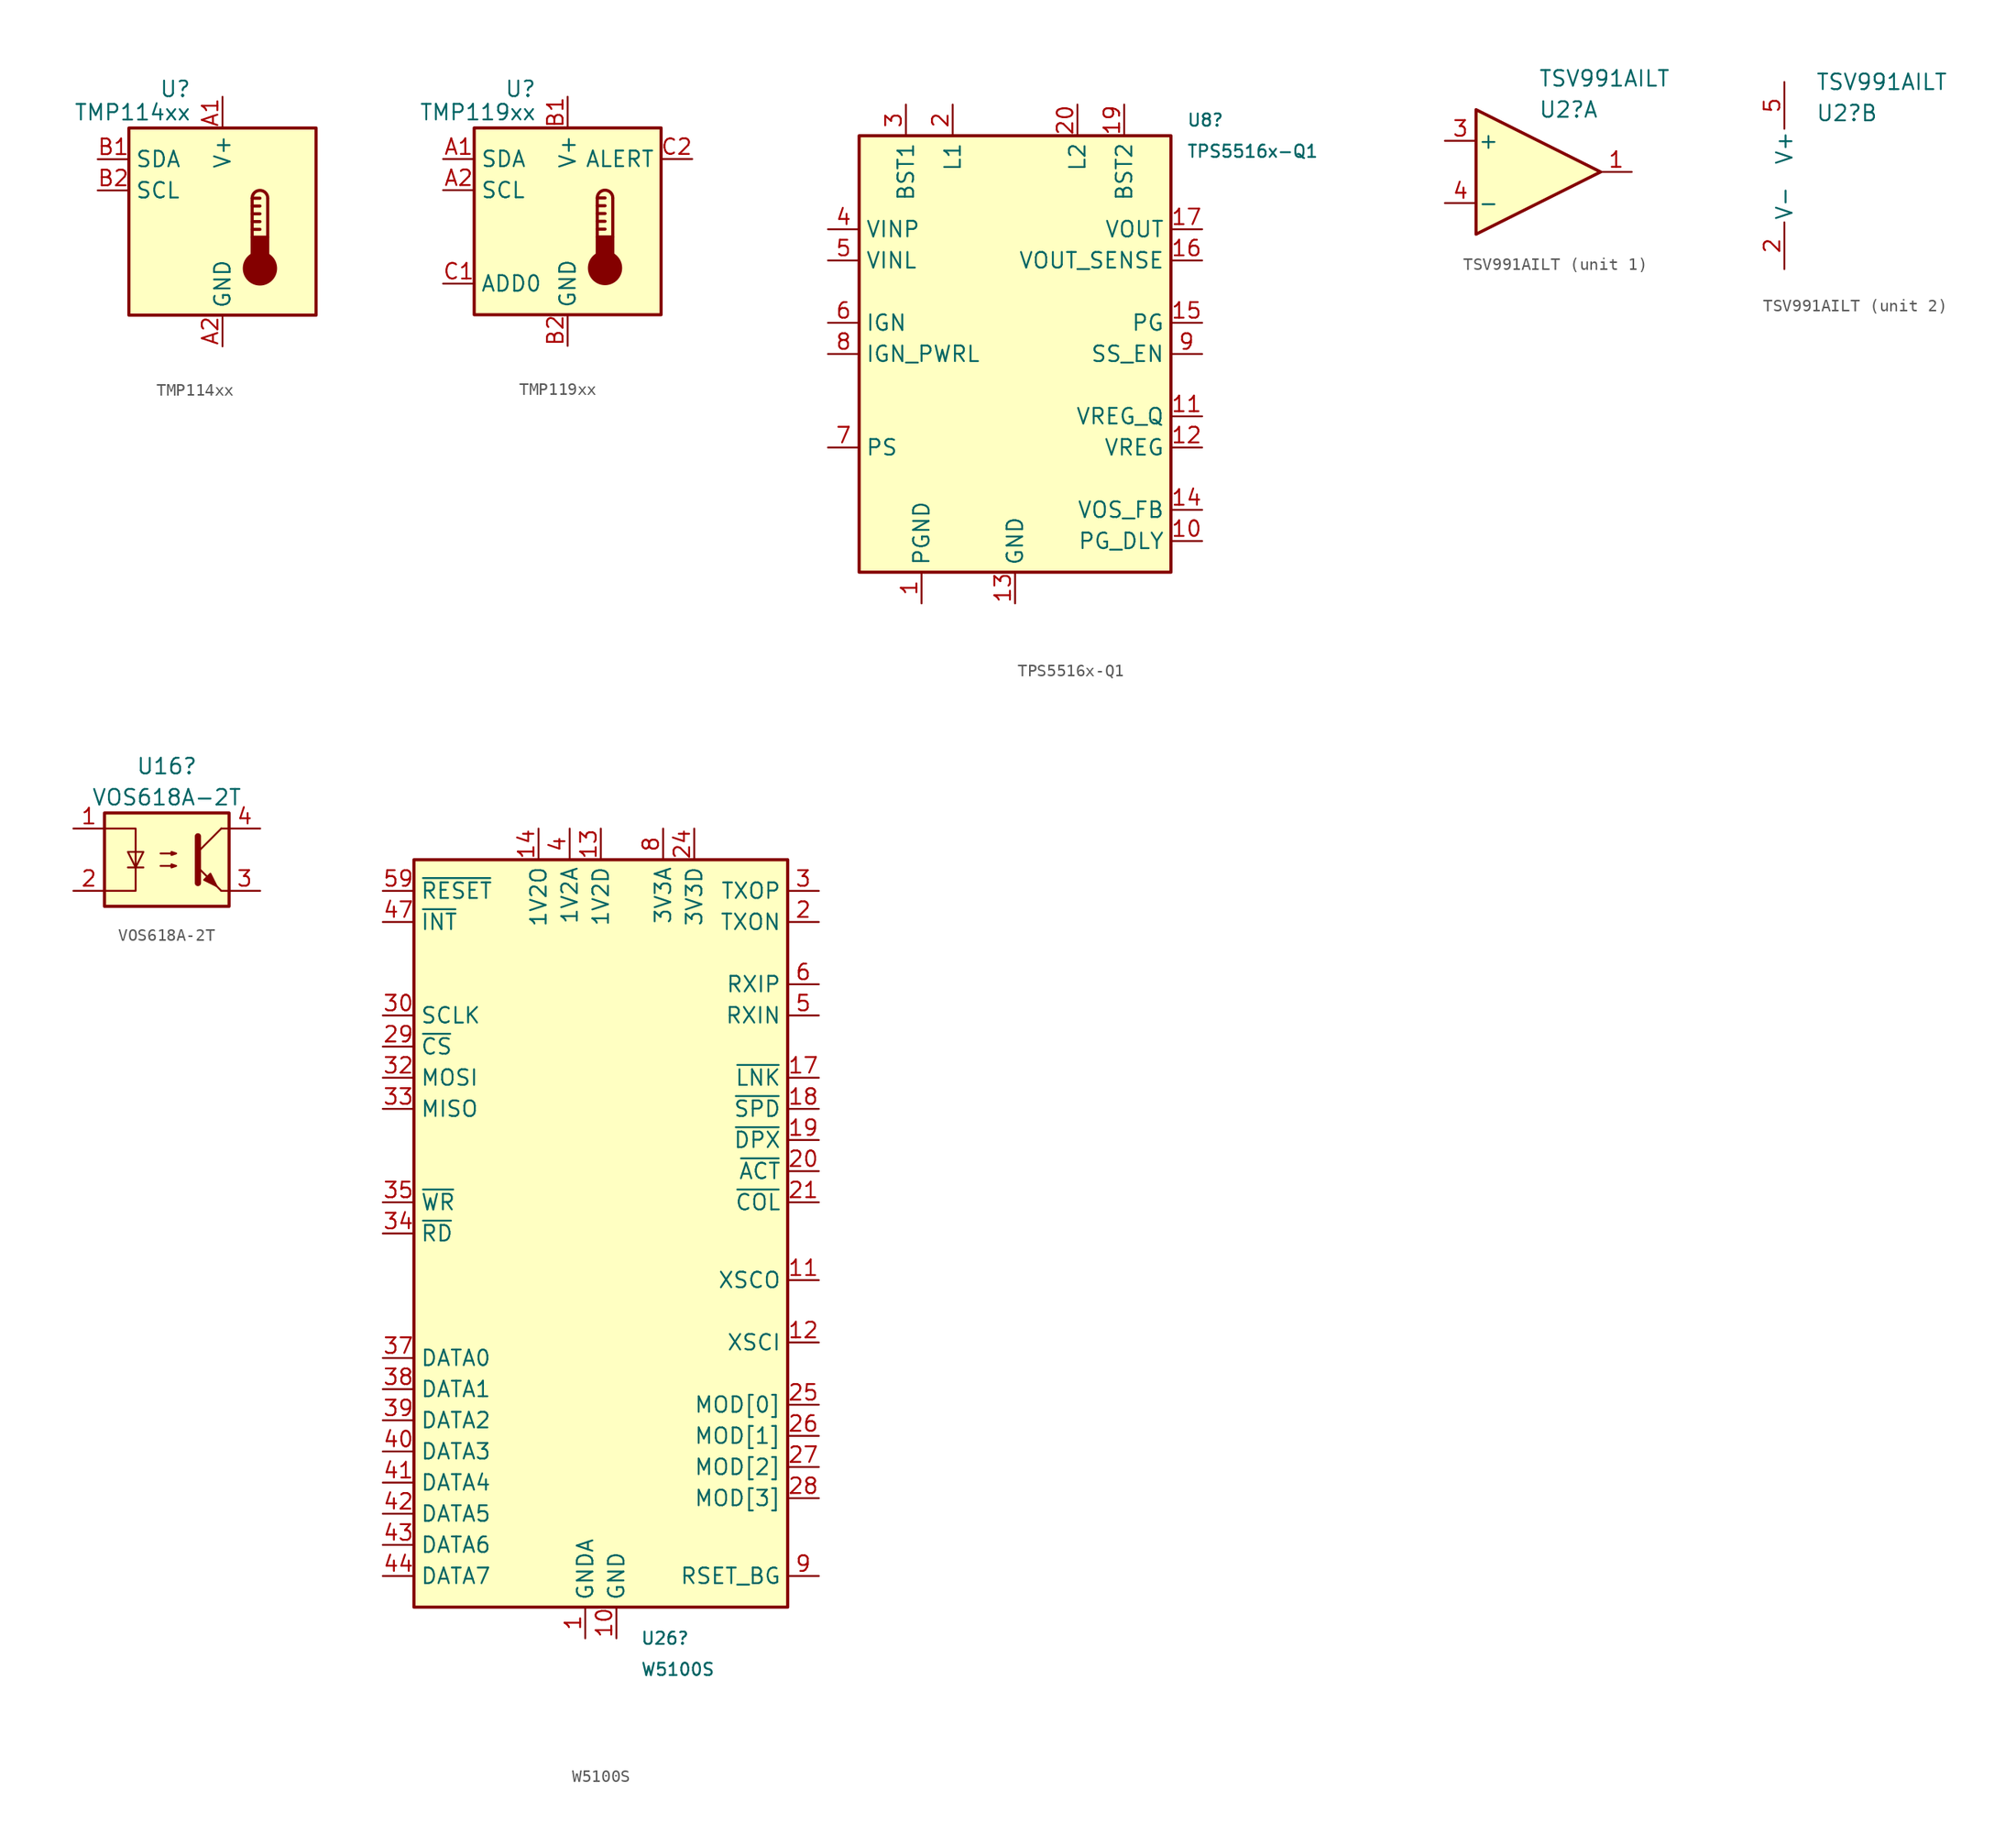
<source format=kicad_sym>
(kicad_symbol_lib
  (version 20231120)
  (generator "kicad_symbol_editor")
  (generator_version "8.0")
  (symbol "TMP114xx"
    (property "Reference" "U"
      (at -2.54 10.795 0)
      (effects (font (size 1.27 1.27)) (justify right)))
    (property "Value" "TMP114xx"
      (at -2.54 8.89 0)
      (effects (font (size 1.27 1.27)) (justify right)))
    (symbol "TMP114xx_0_1"
      (rectangle (start -7.62 7.62) (end 7.62 -7.62) (stroke (width 0.254) (type default)) (fill (type background))))
    (symbol "TMP114xx_1_1"
      (polyline (pts (xy 2.413 -0.635) (xy 3.048 -0.635)) (stroke (width 0.254) (type default)) (fill (type none)))
      (polyline (pts (xy 2.413 0) (xy 3.048 0)) (stroke (width 0.254) (type default)) (fill (type none)))
      (polyline (pts (xy 2.413 0.635) (xy 3.048 0.635)) (stroke (width 0.254) (type default)) (fill (type none)))
      (polyline (pts (xy 2.413 1.27) (xy 3.048 1.27)) (stroke (width 0.254) (type default)) (fill (type none)))
      (polyline (pts (xy 2.413 1.905) (xy 2.413 -1.27)) (stroke (width 0.254) (type default)) (fill (type none)))
      (polyline (pts (xy 2.413 1.905) (xy 3.048 1.905)) (stroke (width 0.254) (type default)) (fill (type none)))
      (polyline (pts (xy 3.683 1.905) (xy 3.683 -1.27)) (stroke (width 0.254) (type default)) (fill (type none)))
      (circle (center 3.048 -3.81) (radius 1.27) (stroke (width 0.254) (type default)) (fill (type outline)))
      (rectangle (start 3.683 -3.175) (end 2.413 -1.27) (stroke (width 0.254) (type default)) (fill (type outline)))
      (arc (start 3.683 1.905) (mid 3.048 2.5373) (end 2.413 1.905) (stroke (width 0.254) (type default)) (fill (type none)))
      (pin power_in line (at 0 10.16 270) (length 2.54) (name "V+" (effects (font (size 1.27 1.27)))) (number "A1" (effects (font (size 1.27 1.27)))))
      (pin power_in line (at 0 -10.16 90) (length 2.54) (name "GND" (effects (font (size 1.27 1.27)))) (number "A2" (effects (font (size 1.27 1.27)))))
      (pin bidirectional line (at -10.16 5.08 0) (length 2.54) (name "SDA" (effects (font (size 1.27 1.27)))) (number "B1" (effects (font (size 1.27 1.27)))))
      (pin input line (at -10.16 2.54 0) (length 2.54) (name "SCL" (effects (font (size 1.27 1.27)))) (number "B2" (effects (font (size 1.27 1.27)))))))
  (symbol "TMP119xx"
    (property "Reference" "U"
      (at -2.54 10.795 0)
      (effects (font (size 1.27 1.27)) (justify right)))
    (property "Value" "TMP119xx"
      (at -2.54 8.89 0)
      (effects (font (size 1.27 1.27)) (justify right)))
    (symbol "TMP119xx_0_1"
      (rectangle (start -7.62 7.62) (end 7.62 -7.62) (stroke (width 0.254) (type default)) (fill (type background))))
    (symbol "TMP119xx_1_1"
      (polyline (pts (xy 2.413 -0.635) (xy 3.048 -0.635)) (stroke (width 0.254) (type default)) (fill (type none)))
      (polyline (pts (xy 2.413 0) (xy 3.048 0)) (stroke (width 0.254) (type default)) (fill (type none)))
      (polyline (pts (xy 2.413 0.635) (xy 3.048 0.635)) (stroke (width 0.254) (type default)) (fill (type none)))
      (polyline (pts (xy 2.413 1.27) (xy 3.048 1.27)) (stroke (width 0.254) (type default)) (fill (type none)))
      (polyline (pts (xy 2.413 1.905) (xy 2.413 -1.27)) (stroke (width 0.254) (type default)) (fill (type none)))
      (polyline (pts (xy 2.413 1.905) (xy 3.048 1.905)) (stroke (width 0.254) (type default)) (fill (type none)))
      (polyline (pts (xy 3.683 1.905) (xy 3.683 -1.27)) (stroke (width 0.254) (type default)) (fill (type none)))
      (circle (center 3.048 -3.81) (radius 1.27) (stroke (width 0.254) (type default)) (fill (type outline)))
      (rectangle (start 3.683 -3.175) (end 2.413 -1.27) (stroke (width 0.254) (type default)) (fill (type outline)))
      (arc (start 3.683 1.905) (mid 3.048 2.5373) (end 2.413 1.905) (stroke (width 0.254) (type default)) (fill (type none)))
      (pin bidirectional line (at -10.16 5.08 0) (length 2.54) (name "SDA" (effects (font (size 1.27 1.27)))) (number "A1" (effects (font (size 1.27 1.27)))))
      (pin input line (at -10.16 2.54 0) (length 2.54) (name "SCL" (effects (font (size 1.27 1.27)))) (number "A2" (effects (font (size 1.27 1.27)))))
      (pin power_in line (at 0 10.16 270) (length 2.54) (name "V+" (effects (font (size 1.27 1.27)))) (number "B1" (effects (font (size 1.27 1.27)))))
      (pin power_in line (at 0 -10.16 90) (length 2.54) (name "GND" (effects (font (size 1.27 1.27)))) (number "B2" (effects (font (size 1.27 1.27)))))
      (pin input line (at -10.16 -5.08 0) (length 2.54) (name "ADD0" (effects (font (size 1.27 1.27)))) (number "C1" (effects (font (size 1.27 1.27)))))
      (pin input line (at 10.16 5.08 180) (length 2.54) (name "ALERT" (effects (font (size 1.27 1.27)))) (number "C2" (effects (font (size 1.27 1.27)))))))
  (symbol "TPS5516x-Q1"
    (property "Reference" "U8"
      (at 13.97 19.05 0)
      (effects (font (size 1 1)) (justify left)))
    (property "Value" "TPS5516x-Q1"
      (at 13.97 16.51 0)
      (effects (font (size 1 1)) (justify left)))
    (symbol "TPS5516x-Q1_0_1"
      (rectangle (start -12.7 17.78) (end 12.7 -17.78) (stroke (width 0.254) (type default)) (fill (type background))))
    (symbol "TPS5516x-Q1_1_1"
      (pin power_in line (at -7.62 -20.32 90) (length 2.54) (name "PGND" (effects (font (size 1.27 1.27)))) (number "1" (effects (font (size 1.27 1.27)))))
      (pin passive line (at 15.24 -15.24 180) (length 2.54) (name "PG_DLY" (effects (font (size 1.27 1.27)))) (number "10" (effects (font (size 1.27 1.27)))))
      (pin passive line (at 15.24 -5.08 180) (length 2.54) (name "VREG_Q" (effects (font (size 1.27 1.27)))) (number "11" (effects (font (size 1.27 1.27)))))
      (pin passive line (at 15.24 -7.62 180) (length 2.54) (name "VREG" (effects (font (size 1.27 1.27)))) (number "12" (effects (font (size 1.27 1.27)))))
      (pin power_in line (at 0 -20.32 90) (length 2.54) (name "GND" (effects (font (size 1.27 1.27)))) (number "13" (effects (font (size 1.27 1.27)))))
      (pin passive line (at 15.24 -12.7 180) (length 2.54) (name "VOS_FB" (effects (font (size 1.27 1.27)))) (number "14" (effects (font (size 1.27 1.27)))))
      (pin passive line (at 15.24 2.54 180) (length 2.54) (name "PG" (effects (font (size 1.27 1.27)))) (number "15" (effects (font (size 1.27 1.27)))))
      (pin power_out line (at 15.24 7.62 180) (length 2.54) (name "VOUT_SENSE" (effects (font (size 1.27 1.27)))) (number "16" (effects (font (size 1.27 1.27)))))
      (pin power_out line (at 15.24 10.16 180) (length 2.54) (name "VOUT" (effects (font (size 1.27 1.27)))) (number "17" (effects (font (size 1.27 1.27)))))
      (pin passive line (at 0 -20.32 90) (length 2.54) hide (name "GND" (effects (font (size 1.27 1.27)))) (number "18" (effects (font (size 1.27 1.27)))))
      (pin passive line (at 8.89 20.32 270) (length 2.54) (name "BST2" (effects (font (size 1.27 1.27)))) (number "19" (effects (font (size 1.27 1.27)))))
      (pin passive line (at -5.08 20.32 270) (length 2.54) (name "L1" (effects (font (size 1.27 1.27)))) (number "2" (effects (font (size 1.27 1.27)))))
      (pin passive line (at 5.08 20.32 270) (length 2.54) (name "L2" (effects (font (size 1.27 1.27)))) (number "20" (effects (font (size 1.27 1.27)))))
      (pin passive line (at -7.62 -20.32 90) (length 2.54) hide (name "PGND" (effects (font (size 1.27 1.27)))) (number "21" (effects (font (size 1.27 1.27)))))
      (pin passive line (at -8.89 20.32 270) (length 2.54) (name "BST1" (effects (font (size 1.27 1.27)))) (number "3" (effects (font (size 1.27 1.27)))))
      (pin power_in line (at -15.24 10.16 0) (length 2.54) (name "VINP" (effects (font (size 1.27 1.27)))) (number "4" (effects (font (size 1.27 1.27)))))
      (pin power_in line (at -15.24 7.62 0) (length 2.54) (name "VINL" (effects (font (size 1.27 1.27)))) (number "5" (effects (font (size 1.27 1.27)))))
      (pin input line (at -15.24 2.54 0) (length 2.54) (name "IGN" (effects (font (size 1.27 1.27)))) (number "6" (effects (font (size 1.27 1.27)))))
      (pin input line (at -15.24 -7.62 0) (length 2.54) (name "PS" (effects (font (size 1.27 1.27)))) (number "7" (effects (font (size 1.27 1.27)))))
      (pin input line (at -15.24 0 0) (length 2.54) (name "IGN_PWRL" (effects (font (size 1.27 1.27)))) (number "8" (effects (font (size 1.27 1.27)))))
      (pin passive line (at 15.24 0 180) (length 2.54) (name "SS_EN" (effects (font (size 1.27 1.27)))) (number "9" (effects (font (size 1.27 1.27)))))))
  (symbol "TSV991AILT"
    (pin_names
      (offset 0.127))
    (property "Reference" "U2"
      (at 0 5.08 0)
      (effects (font (size 1.27 1.27)) (justify left)))
    (property "Value" "TSV991AILT"
      (at 0 7.62 0)
      (effects (font (size 1.27 1.27)) (justify left)))
    (symbol "TSV991AILT_1_1"
      (polyline (pts (xy -5.08 5.08) (xy 5.08 0) (xy -5.08 -5.08) (xy -5.08 5.08)) (stroke (width 0.254) (type default)) (fill (type background)))
      (pin output line (at 7.62 0 180) (length 2.54) (name "~" (effects (font (size 1.27 1.27)))) (number "1" (effects (font (size 1.27 1.27)))))
      (pin input line (at -7.62 2.54 0) (length 2.54) (name "+" (effects (font (size 1.27 1.27)))) (number "3" (effects (font (size 1.27 1.27)))))
      (pin input line (at -7.62 -2.54 0) (length 2.54) (name "-" (effects (font (size 1.27 1.27)))) (number "4" (effects (font (size 1.27 1.27))))))
    (symbol "TSV991AILT_2_1"
      (pin power_in line (at -2.54 -7.62 90) (length 3.81) (name "V-" (effects (font (size 1.27 1.27)))) (number "2" (effects (font (size 1.27 1.27)))))
      (pin power_in line (at -2.54 7.62 270) (length 3.81) (name "V+" (effects (font (size 1.27 1.27)))) (number "5" (effects (font (size 1.27 1.27)))))))
  (symbol "VOS618A-2T"
    (pin_names
      (offset 0.762))
    (property "Reference" "U16"
      (at 0 7.62 0)
      (effects (font (size 1.27 1.27))))
    (property "Value" "VOS618A-2T"
      (at 0 5.08 0)
      (effects (font (size 1.27 1.27))))
    (symbol "VOS618A-2T_0_1"
      (rectangle (start -5.08 3.81) (end 5.08 -3.81) (stroke (width 0.254) (type default)) (fill (type background)))
      (polyline (pts (xy -3.175 -0.635) (xy -1.905 -0.635)) (stroke (width 0) (type default)) (fill (type none)))
      (polyline (pts (xy 2.54 0.635) (xy 4.445 2.54)) (stroke (width 0) (type default)) (fill (type none)))
      (polyline (pts (xy 4.445 -2.54) (xy 2.54 -0.635)) (stroke (width 0) (type default)) (fill (type outline)))
      (polyline (pts (xy 4.445 -2.54) (xy 5.08 -2.54)) (stroke (width 0) (type default)) (fill (type none)))
      (polyline (pts (xy 4.445 2.54) (xy 5.08 2.54)) (stroke (width 0) (type default)) (fill (type none)))
      (polyline (pts (xy 2.54 1.905) (xy 2.54 -1.905) (xy 2.54 -1.905)) (stroke (width 0.508) (type default)) (fill (type none)))
      (polyline (pts (xy -5.08 2.54) (xy -2.54 2.54) (xy -2.54 -2.54) (xy -5.08 -2.54)) (stroke (width 0) (type default)) (fill (type none)))
      (polyline (pts (xy -2.54 -0.635) (xy -3.175 0.635) (xy -1.905 0.635) (xy -2.54 -0.635)) (stroke (width 0) (type default)) (fill (type none)))
      (polyline (pts (xy -0.508 -0.508) (xy 0.762 -0.508) (xy 0.381 -0.635) (xy 0.381 -0.381) (xy 0.762 -0.508)) (stroke (width 0) (type default)) (fill (type none)))
      (polyline (pts (xy -0.508 0.508) (xy 0.762 0.508) (xy 0.381 0.381) (xy 0.381 0.635) (xy 0.762 0.508)) (stroke (width 0) (type default)) (fill (type none)))
      (polyline (pts (xy 3.048 -1.651) (xy 3.556 -1.143) (xy 4.064 -2.159) (xy 3.048 -1.651) (xy 3.048 -1.651)) (stroke (width 0) (type default)) (fill (type outline))))
    (symbol "VOS618A-2T_1_1"
      (pin passive line (at -7.62 2.54 0) (length 2.54) (name "~" (effects (font (size 1.27 1.27)))) (number "1" (effects (font (size 1.27 1.27)))))
      (pin passive line (at -7.62 -2.54 0) (length 2.54) (name "~" (effects (font (size 1.27 1.27)))) (number "2" (effects (font (size 1.27 1.27)))))
      (pin passive line (at 7.62 -2.54 180) (length 2.54) (name "~" (effects (font (size 1.27 1.27)))) (number "3" (effects (font (size 1.27 1.27)))))
      (pin passive line (at 7.62 2.54 180) (length 2.54) (name "~" (effects (font (size 1.27 1.27)))) (number "4" (effects (font (size 1.27 1.27)))))))
  (symbol "W5100S"
    (property "Reference" "U26"
      (at 3.226 -15.24 0)
      (effects (font (size 1 1)) (justify left)))
    (property "Value" "W5100S"
      (at 3.226 -17.78 0)
      (effects (font (size 1 1)) (justify left)))
    (symbol "W5100S_0_1"
      (rectangle (start -15.24 48.26) (end 15.24 -12.7) (stroke (width 0.254) (type default)) (fill (type background))))
    (symbol "W5100S_1_1"
      (pin power_in line (at -1.27 -15.24 90) (length 2.54) (name "GNDA" (effects (font (size 1.27 1.27)))) (number "1" (effects (font (size 1.27 1.27)))))
      (pin power_in line (at 1.27 -15.24 90) (length 2.54) (name "GND" (effects (font (size 1.27 1.27)))) (number "10" (effects (font (size 1.27 1.27)))))
      (pin output line (at 17.78 13.97 180) (length 2.54) (name "XSCO" (effects (font (size 1.27 1.27)))) (number "11" (effects (font (size 1.27 1.27)))))
      (pin input line (at 17.78 8.89 180) (length 2.54) (name "XSCI" (effects (font (size 1.27 1.27)))) (number "12" (effects (font (size 1.27 1.27)))))
      (pin power_in line (at 0 50.8 270) (length 2.54) (name "1V2D" (effects (font (size 1.27 1.27)))) (number "13" (effects (font (size 1.27 1.27)))))
      (pin power_out line (at -5.08 50.8 270) (length 2.54) (name "1V2O" (effects (font (size 1.27 1.27)))) (number "14" (effects (font (size 1.27 1.27)))))
      (pin passive line (at 5.08 50.8 270) (length 2.54) hide (name "3V3A" (effects (font (size 1.27 1.27)))) (number "15" (effects (font (size 1.27 1.27)))))
      (pin passive line (at -1.27 -15.24 90) (length 2.54) hide (name "GNDA" (effects (font (size 1.27 1.27)))) (number "16" (effects (font (size 1.27 1.27)))))
      (pin output line (at 17.78 30.48 180) (length 2.54) (name "~{LNK}" (effects (font (size 1.27 1.27)))) (number "17" (effects (font (size 1.27 1.27)))))
      (pin output line (at 17.78 27.94 180) (length 2.54) (name "~{SPD}" (effects (font (size 1.27 1.27)))) (number "18" (effects (font (size 1.27 1.27)))))
      (pin output line (at 17.78 25.4 180) (length 2.54) (name "~{DPX}" (effects (font (size 1.27 1.27)))) (number "19" (effects (font (size 1.27 1.27)))))
      (pin output line (at 17.78 43.18 180) (length 2.54) (name "TXON" (effects (font (size 1.27 1.27)))) (number "2" (effects (font (size 1.27 1.27)))))
      (pin output line (at 17.78 22.86 180) (length 2.54) (name "~{ACT}" (effects (font (size 1.27 1.27)))) (number "20" (effects (font (size 1.27 1.27)))))
      (pin output line (at 17.78 20.32 180) (length 2.54) (name "~{COL}" (effects (font (size 1.27 1.27)))) (number "21" (effects (font (size 1.27 1.27)))))
      (pin passive line (at 0 50.8 270) (length 2.54) hide (name "1V2D" (effects (font (size 1.27 1.27)))) (number "22" (effects (font (size 1.27 1.27)))))
      (pin passive line (at 1.27 -15.24 90) (length 2.54) hide (name "GND" (effects (font (size 1.27 1.27)))) (number "23" (effects (font (size 1.27 1.27)))))
      (pin power_in line (at 7.62 50.8 270) (length 2.54) (name "3V3D" (effects (font (size 1.27 1.27)))) (number "24" (effects (font (size 1.27 1.27)))))
      (pin input line (at 17.78 3.81 180) (length 2.54) (name "MOD[0]" (effects (font (size 1.27 1.27)))) (number "25" (effects (font (size 1.27 1.27)))))
      (pin input line (at 17.78 1.27 180) (length 2.54) (name "MOD[1]" (effects (font (size 1.27 1.27)))) (number "26" (effects (font (size 1.27 1.27)))))
      (pin input line (at 17.78 -1.27 180) (length 2.54) (name "MOD[2]" (effects (font (size 1.27 1.27)))) (number "27" (effects (font (size 1.27 1.27)))))
      (pin input line (at 17.78 -3.81 180) (length 2.54) (name "MOD[3]" (effects (font (size 1.27 1.27)))) (number "28" (effects (font (size 1.27 1.27)))))
      (pin input line (at -17.78 33.02 0) (length 2.54) (name "~{CS}" (effects (font (size 1.27 1.27)))) (number "29" (effects (font (size 1.27 1.27)))))
      (pin output line (at 17.78 45.72 180) (length 2.54) (name "TXOP" (effects (font (size 1.27 1.27)))) (number "3" (effects (font (size 1.27 1.27)))))
      (pin input line (at -17.78 35.56 0) (length 2.54) (name "SCLK" (effects (font (size 1.27 1.27)))) (number "30" (effects (font (size 1.27 1.27)))))
      (pin passive line (at 0 50.8 270) (length 2.54) hide (name "1V2D" (effects (font (size 1.27 1.27)))) (number "31" (effects (font (size 1.27 1.27)))))
      (pin input line (at -17.78 30.48 0) (length 2.54) (name "MOSI" (effects (font (size 1.27 1.27)))) (number "32" (effects (font (size 1.27 1.27)))))
      (pin output line (at -17.78 27.94 0) (length 2.54) (name "MISO" (effects (font (size 1.27 1.27)))) (number "33" (effects (font (size 1.27 1.27)))))
      (pin input line (at -17.78 17.78 0) (length 2.54) (name "~{RD}" (effects (font (size 1.27 1.27)))) (number "34" (effects (font (size 1.27 1.27)))))
      (pin input line (at -17.78 20.32 0) (length 2.54) (name "~{WR}" (effects (font (size 1.27 1.27)))) (number "35" (effects (font (size 1.27 1.27)))))
      (pin passive line (at 7.62 50.8 270) (length 2.54) hide (name "3V3D" (effects (font (size 1.27 1.27)))) (number "36" (effects (font (size 1.27 1.27)))))
      (pin bidirectional line (at -17.78 7.62 0) (length 2.54) (name "DATA0" (effects (font (size 1.27 1.27)))) (number "37" (effects (font (size 1.27 1.27)))))
      (pin bidirectional line (at -17.78 5.08 0) (length 2.54) (name "DATA1" (effects (font (size 1.27 1.27)))) (number "38" (effects (font (size 1.27 1.27)))))
      (pin bidirectional line (at -17.78 2.54 0) (length 2.54) (name "DATA2" (effects (font (size 1.27 1.27)))) (number "39" (effects (font (size 1.27 1.27)))))
      (pin power_in line (at -2.54 50.8 270) (length 2.54) (name "1V2A" (effects (font (size 1.27 1.27)))) (number "4" (effects (font (size 1.27 1.27)))))
      (pin bidirectional line (at -17.78 0 0) (length 2.54) (name "DATA3" (effects (font (size 1.27 1.27)))) (number "40" (effects (font (size 1.27 1.27)))))
      (pin bidirectional line (at -17.78 -2.54 0) (length 2.54) (name "DATA4" (effects (font (size 1.27 1.27)))) (number "41" (effects (font (size 1.27 1.27)))))
      (pin bidirectional line (at -17.78 -5.08 0) (length 2.54) (name "DATA5" (effects (font (size 1.27 1.27)))) (number "42" (effects (font (size 1.27 1.27)))))
      (pin bidirectional line (at -17.78 -7.62 0) (length 2.54) (name "DATA6" (effects (font (size 1.27 1.27)))) (number "43" (effects (font (size 1.27 1.27)))))
      (pin bidirectional line (at -17.78 -10.16 0) (length 2.54) (name "DATA7" (effects (font (size 1.27 1.27)))) (number "44" (effects (font (size 1.27 1.27)))))
      (pin passive line (at 0 50.8 270) (length 2.54) hide (name "1V2D" (effects (font (size 1.27 1.27)))) (number "45" (effects (font (size 1.27 1.27)))))
      (pin passive line (at 1.27 -15.24 90) (length 2.54) hide (name "GND" (effects (font (size 1.27 1.27)))) (number "46" (effects (font (size 1.27 1.27)))))
      (pin output line (at -17.78 43.18 0) (length 2.54) (name "~{INT}" (effects (font (size 1.27 1.27)))) (number "47" (effects (font (size 1.27 1.27)))))
      (pin input line (at 17.78 35.56 180) (length 2.54) (name "RXIN" (effects (font (size 1.27 1.27)))) (number "5" (effects (font (size 1.27 1.27)))))
      (pin input line (at -17.78 45.72 0) (length 2.54) (name "~{RESET}" (effects (font (size 1.27 1.27)))) (number "59" (effects (font (size 1.27 1.27)))))
      (pin input line (at 17.78 38.1 180) (length 2.54) (name "RXIP" (effects (font (size 1.27 1.27)))) (number "6" (effects (font (size 1.27 1.27)))))
      (pin passive line (at -1.27 -15.24 90) (length 2.54) hide (name "GNDA" (effects (font (size 1.27 1.27)))) (number "7" (effects (font (size 1.27 1.27)))))
      (pin power_in line (at 5.08 50.8 270) (length 2.54) (name "3V3A" (effects (font (size 1.27 1.27)))) (number "8" (effects (font (size 1.27 1.27)))))
      (pin output line (at 17.78 -10.16 180) (length 2.54) (name "RSET_BG" (effects (font (size 1.27 1.27)))) (number "9" (effects (font (size 1.27 1.27))))))))
</source>
